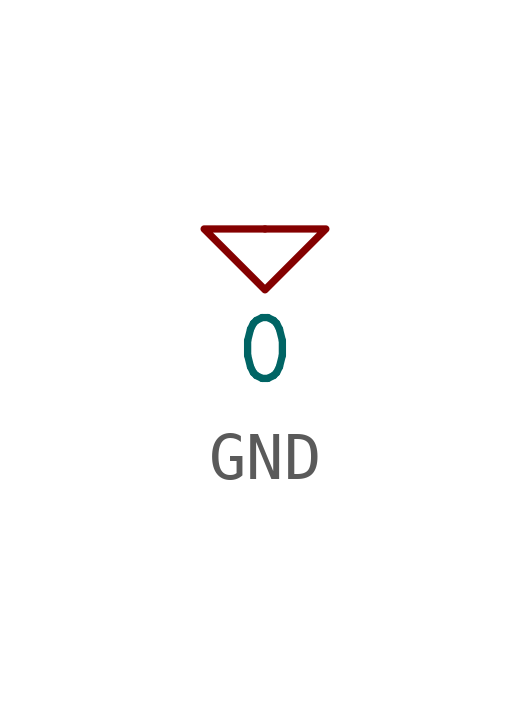
<source format=kicad_sym>
(kicad_symbol_lib
  (version 20231120)
  (generator "kicad_symbol_editor")
  (generator_version "8.0")
  (symbol "GND"
    (power)
    (pin_numbers hide)
    (pin_names
      (offset 0) hide)
    (property "Reference" "#0"
      (at 0 -5.08 0)
      (effects (font (size 1.27 1.27)) (hide yes)))
    (property "Value" "0"
      (at 0 -2.54 0)
      (do_not_autoplace)
      (effects (font (size 1.27 1.27))))
    (symbol "GND_0_1"
      (polyline (pts (xy -1.27 0) (xy 0 -1.27) (xy 1.27 0) (xy -1.27 0)) (stroke (width 0) (type default)) (fill (type none))))
    (symbol "GND_1_1"
      (pin power_in line (at 0 0 0) (length 0) (name "~" (effects (font (size 1.016 1.016)))) (number "1" (effects (font (size 1.016 1.016))))))))
</source>
